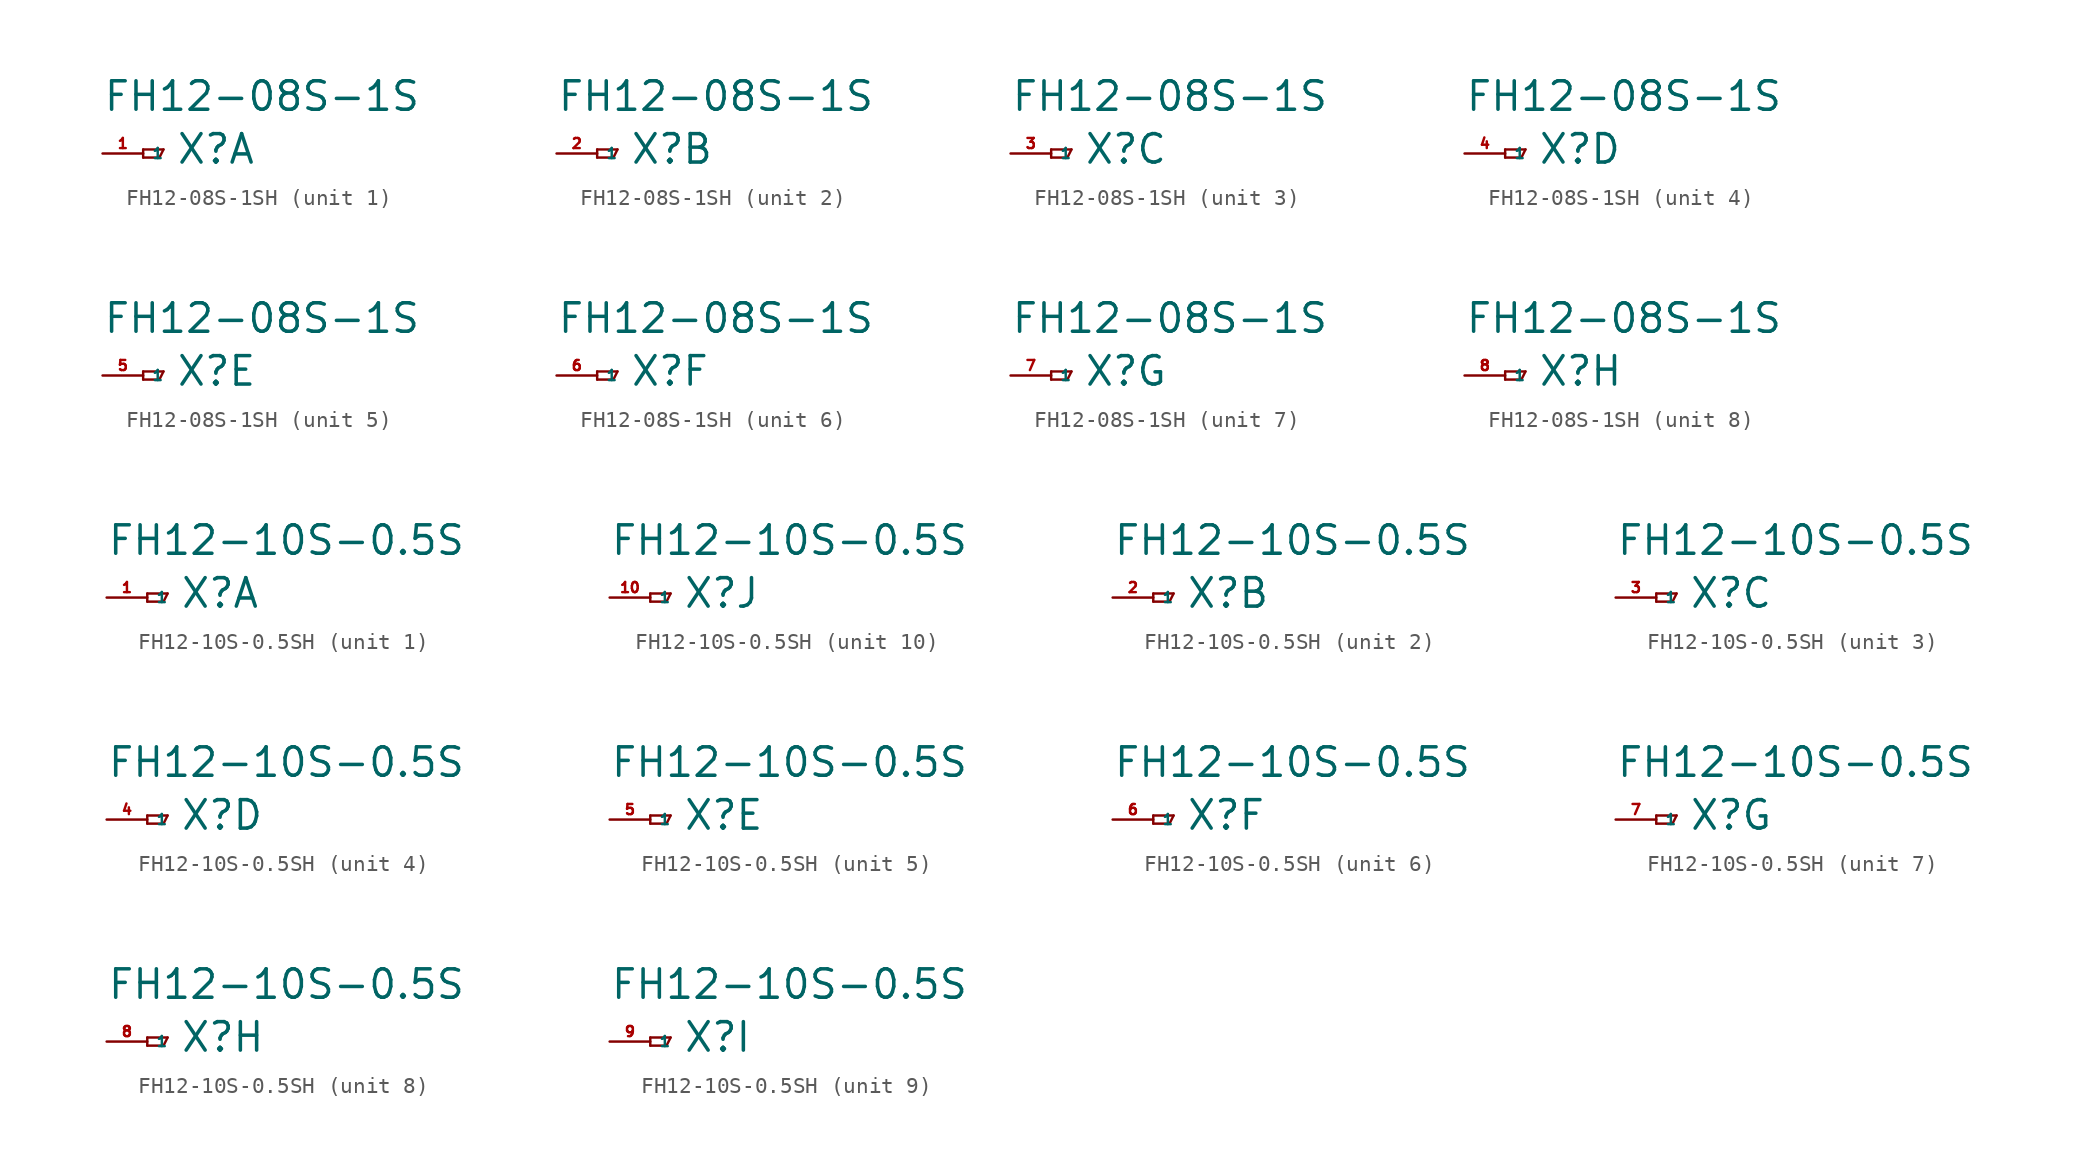
<source format=kicad_sym>
(kicad_symbol_lib
  (version 20220914)
  (generator Eagle2Kicad)
  (symbol "FH12-08S-1SH"
    (property "Reference" "X"
      (at 2.032 -0.762 0)
      (effects (font (size 1.778 1.778) (thickness 0.22)) (justify left bottom)))
    (property "Value" "FH12-08S-1S"
      (at -2.54 2.54 0)
      (effects (font (size 1.778 1.778) (thickness 0.22)) (justify left bottom)))
    (symbol "FH12-08S-1SH_1_0"
      (polyline (pts (xy 0 0.254) (xy 0 -0.254)) (stroke (width 0.152) (type default)) (fill (type none)))
      (polyline (pts (xy 0 -0.254) (xy 1.016 -0.254)) (stroke (width 0.152) (type default)) (fill (type none)))
      (polyline (pts (xy 1.016 -0.254) (xy 1.27 0.254)) (stroke (width 0.152) (type default)) (fill (type none)))
      (polyline (pts (xy 1.27 0.254) (xy 0 0.254)) (stroke (width 0.152) (type default)) (fill (type none)))
      (pin passive line (at -2.54 0 0) (length 2.54) (name "1" (effects (font (size 0.635 0.635) (thickness 0.08)) (justify left bottom))) (number "1" (effects (font (size 0.635 0.635) (thickness 0.08)) (justify left bottom)))))
    (symbol "FH12-08S-1SH_2_0"
      (polyline (pts (xy 0 0.254) (xy 0 -0.254)) (stroke (width 0.152) (type default)) (fill (type none)))
      (polyline (pts (xy 0 -0.254) (xy 1.016 -0.254)) (stroke (width 0.152) (type default)) (fill (type none)))
      (polyline (pts (xy 1.016 -0.254) (xy 1.27 0.254)) (stroke (width 0.152) (type default)) (fill (type none)))
      (polyline (pts (xy 1.27 0.254) (xy 0 0.254)) (stroke (width 0.152) (type default)) (fill (type none)))
      (pin passive line (at -2.54 0 0) (length 2.54) (name "1" (effects (font (size 0.635 0.635) (thickness 0.08)) (justify left bottom))) (number "2" (effects (font (size 0.635 0.635) (thickness 0.08)) (justify left bottom)))))
    (symbol "FH12-08S-1SH_3_0"
      (polyline (pts (xy 0 0.254) (xy 0 -0.254)) (stroke (width 0.152) (type default)) (fill (type none)))
      (polyline (pts (xy 0 -0.254) (xy 1.016 -0.254)) (stroke (width 0.152) (type default)) (fill (type none)))
      (polyline (pts (xy 1.016 -0.254) (xy 1.27 0.254)) (stroke (width 0.152) (type default)) (fill (type none)))
      (polyline (pts (xy 1.27 0.254) (xy 0 0.254)) (stroke (width 0.152) (type default)) (fill (type none)))
      (pin passive line (at -2.54 0 0) (length 2.54) (name "1" (effects (font (size 0.635 0.635) (thickness 0.08)) (justify left bottom))) (number "3" (effects (font (size 0.635 0.635) (thickness 0.08)) (justify left bottom)))))
    (symbol "FH12-08S-1SH_4_0"
      (polyline (pts (xy 0 0.254) (xy 0 -0.254)) (stroke (width 0.152) (type default)) (fill (type none)))
      (polyline (pts (xy 0 -0.254) (xy 1.016 -0.254)) (stroke (width 0.152) (type default)) (fill (type none)))
      (polyline (pts (xy 1.016 -0.254) (xy 1.27 0.254)) (stroke (width 0.152) (type default)) (fill (type none)))
      (polyline (pts (xy 1.27 0.254) (xy 0 0.254)) (stroke (width 0.152) (type default)) (fill (type none)))
      (pin passive line (at -2.54 0 0) (length 2.54) (name "1" (effects (font (size 0.635 0.635) (thickness 0.08)) (justify left bottom))) (number "4" (effects (font (size 0.635 0.635) (thickness 0.08)) (justify left bottom)))))
    (symbol "FH12-08S-1SH_5_0"
      (polyline (pts (xy 0 0.254) (xy 0 -0.254)) (stroke (width 0.152) (type default)) (fill (type none)))
      (polyline (pts (xy 0 -0.254) (xy 1.016 -0.254)) (stroke (width 0.152) (type default)) (fill (type none)))
      (polyline (pts (xy 1.016 -0.254) (xy 1.27 0.254)) (stroke (width 0.152) (type default)) (fill (type none)))
      (polyline (pts (xy 1.27 0.254) (xy 0 0.254)) (stroke (width 0.152) (type default)) (fill (type none)))
      (pin passive line (at -2.54 0 0) (length 2.54) (name "1" (effects (font (size 0.635 0.635) (thickness 0.08)) (justify left bottom))) (number "5" (effects (font (size 0.635 0.635) (thickness 0.08)) (justify left bottom)))))
    (symbol "FH12-08S-1SH_6_0"
      (polyline (pts (xy 0 0.254) (xy 0 -0.254)) (stroke (width 0.152) (type default)) (fill (type none)))
      (polyline (pts (xy 0 -0.254) (xy 1.016 -0.254)) (stroke (width 0.152) (type default)) (fill (type none)))
      (polyline (pts (xy 1.016 -0.254) (xy 1.27 0.254)) (stroke (width 0.152) (type default)) (fill (type none)))
      (polyline (pts (xy 1.27 0.254) (xy 0 0.254)) (stroke (width 0.152) (type default)) (fill (type none)))
      (pin passive line (at -2.54 0 0) (length 2.54) (name "1" (effects (font (size 0.635 0.635) (thickness 0.08)) (justify left bottom))) (number "6" (effects (font (size 0.635 0.635) (thickness 0.08)) (justify left bottom)))))
    (symbol "FH12-08S-1SH_7_0"
      (polyline (pts (xy 0 0.254) (xy 0 -0.254)) (stroke (width 0.152) (type default)) (fill (type none)))
      (polyline (pts (xy 0 -0.254) (xy 1.016 -0.254)) (stroke (width 0.152) (type default)) (fill (type none)))
      (polyline (pts (xy 1.016 -0.254) (xy 1.27 0.254)) (stroke (width 0.152) (type default)) (fill (type none)))
      (polyline (pts (xy 1.27 0.254) (xy 0 0.254)) (stroke (width 0.152) (type default)) (fill (type none)))
      (pin passive line (at -2.54 0 0) (length 2.54) (name "1" (effects (font (size 0.635 0.635) (thickness 0.08)) (justify left bottom))) (number "7" (effects (font (size 0.635 0.635) (thickness 0.08)) (justify left bottom)))))
    (symbol "FH12-08S-1SH_8_0"
      (polyline (pts (xy 0 0.254) (xy 0 -0.254)) (stroke (width 0.152) (type default)) (fill (type none)))
      (polyline (pts (xy 0 -0.254) (xy 1.016 -0.254)) (stroke (width 0.152) (type default)) (fill (type none)))
      (polyline (pts (xy 1.016 -0.254) (xy 1.27 0.254)) (stroke (width 0.152) (type default)) (fill (type none)))
      (polyline (pts (xy 1.27 0.254) (xy 0 0.254)) (stroke (width 0.152) (type default)) (fill (type none)))
      (pin passive line (at -2.54 0 0) (length 2.54) (name "1" (effects (font (size 0.635 0.635) (thickness 0.08)) (justify left bottom))) (number "8" (effects (font (size 0.635 0.635) (thickness 0.08)) (justify left bottom))))))
  (symbol "FH12-10S-0.5SH"
    (property "Reference" "X"
      (at 2.032 -0.762 0)
      (effects (font (size 1.778 1.778) (thickness 0.22)) (justify left bottom)))
    (property "Value" "FH12-10S-0.5S"
      (at -2.54 2.54 0)
      (effects (font (size 1.778 1.778) (thickness 0.22)) (justify left bottom)))
    (symbol "FH12-10S-0.5SH_1_0"
      (polyline (pts (xy 0 0.254) (xy 0 -0.254)) (stroke (width 0.152) (type default)) (fill (type none)))
      (polyline (pts (xy 0 -0.254) (xy 1.016 -0.254)) (stroke (width 0.152) (type default)) (fill (type none)))
      (polyline (pts (xy 1.016 -0.254) (xy 1.27 0.254)) (stroke (width 0.152) (type default)) (fill (type none)))
      (polyline (pts (xy 1.27 0.254) (xy 0 0.254)) (stroke (width 0.152) (type default)) (fill (type none)))
      (pin passive line (at -2.54 0 0) (length 2.54) (name "1" (effects (font (size 0.635 0.635) (thickness 0.08)) (justify left bottom))) (number "1" (effects (font (size 0.635 0.635) (thickness 0.08)) (justify left bottom)))))
    (symbol "FH12-10S-0.5SH_2_0"
      (polyline (pts (xy 0 0.254) (xy 0 -0.254)) (stroke (width 0.152) (type default)) (fill (type none)))
      (polyline (pts (xy 0 -0.254) (xy 1.016 -0.254)) (stroke (width 0.152) (type default)) (fill (type none)))
      (polyline (pts (xy 1.016 -0.254) (xy 1.27 0.254)) (stroke (width 0.152) (type default)) (fill (type none)))
      (polyline (pts (xy 1.27 0.254) (xy 0 0.254)) (stroke (width 0.152) (type default)) (fill (type none)))
      (pin passive line (at -2.54 0 0) (length 2.54) (name "1" (effects (font (size 0.635 0.635) (thickness 0.08)) (justify left bottom))) (number "2" (effects (font (size 0.635 0.635) (thickness 0.08)) (justify left bottom)))))
    (symbol "FH12-10S-0.5SH_3_0"
      (polyline (pts (xy 0 0.254) (xy 0 -0.254)) (stroke (width 0.152) (type default)) (fill (type none)))
      (polyline (pts (xy 0 -0.254) (xy 1.016 -0.254)) (stroke (width 0.152) (type default)) (fill (type none)))
      (polyline (pts (xy 1.016 -0.254) (xy 1.27 0.254)) (stroke (width 0.152) (type default)) (fill (type none)))
      (polyline (pts (xy 1.27 0.254) (xy 0 0.254)) (stroke (width 0.152) (type default)) (fill (type none)))
      (pin passive line (at -2.54 0 0) (length 2.54) (name "1" (effects (font (size 0.635 0.635) (thickness 0.08)) (justify left bottom))) (number "3" (effects (font (size 0.635 0.635) (thickness 0.08)) (justify left bottom)))))
    (symbol "FH12-10S-0.5SH_4_0"
      (polyline (pts (xy 0 0.254) (xy 0 -0.254)) (stroke (width 0.152) (type default)) (fill (type none)))
      (polyline (pts (xy 0 -0.254) (xy 1.016 -0.254)) (stroke (width 0.152) (type default)) (fill (type none)))
      (polyline (pts (xy 1.016 -0.254) (xy 1.27 0.254)) (stroke (width 0.152) (type default)) (fill (type none)))
      (polyline (pts (xy 1.27 0.254) (xy 0 0.254)) (stroke (width 0.152) (type default)) (fill (type none)))
      (pin passive line (at -2.54 0 0) (length 2.54) (name "1" (effects (font (size 0.635 0.635) (thickness 0.08)) (justify left bottom))) (number "4" (effects (font (size 0.635 0.635) (thickness 0.08)) (justify left bottom)))))
    (symbol "FH12-10S-0.5SH_5_0"
      (polyline (pts (xy 0 0.254) (xy 0 -0.254)) (stroke (width 0.152) (type default)) (fill (type none)))
      (polyline (pts (xy 0 -0.254) (xy 1.016 -0.254)) (stroke (width 0.152) (type default)) (fill (type none)))
      (polyline (pts (xy 1.016 -0.254) (xy 1.27 0.254)) (stroke (width 0.152) (type default)) (fill (type none)))
      (polyline (pts (xy 1.27 0.254) (xy 0 0.254)) (stroke (width 0.152) (type default)) (fill (type none)))
      (pin passive line (at -2.54 0 0) (length 2.54) (name "1" (effects (font (size 0.635 0.635) (thickness 0.08)) (justify left bottom))) (number "5" (effects (font (size 0.635 0.635) (thickness 0.08)) (justify left bottom)))))
    (symbol "FH12-10S-0.5SH_6_0"
      (polyline (pts (xy 0 0.254) (xy 0 -0.254)) (stroke (width 0.152) (type default)) (fill (type none)))
      (polyline (pts (xy 0 -0.254) (xy 1.016 -0.254)) (stroke (width 0.152) (type default)) (fill (type none)))
      (polyline (pts (xy 1.016 -0.254) (xy 1.27 0.254)) (stroke (width 0.152) (type default)) (fill (type none)))
      (polyline (pts (xy 1.27 0.254) (xy 0 0.254)) (stroke (width 0.152) (type default)) (fill (type none)))
      (pin passive line (at -2.54 0 0) (length 2.54) (name "1" (effects (font (size 0.635 0.635) (thickness 0.08)) (justify left bottom))) (number "6" (effects (font (size 0.635 0.635) (thickness 0.08)) (justify left bottom)))))
    (symbol "FH12-10S-0.5SH_7_0"
      (polyline (pts (xy 0 0.254) (xy 0 -0.254)) (stroke (width 0.152) (type default)) (fill (type none)))
      (polyline (pts (xy 0 -0.254) (xy 1.016 -0.254)) (stroke (width 0.152) (type default)) (fill (type none)))
      (polyline (pts (xy 1.016 -0.254) (xy 1.27 0.254)) (stroke (width 0.152) (type default)) (fill (type none)))
      (polyline (pts (xy 1.27 0.254) (xy 0 0.254)) (stroke (width 0.152) (type default)) (fill (type none)))
      (pin passive line (at -2.54 0 0) (length 2.54) (name "1" (effects (font (size 0.635 0.635) (thickness 0.08)) (justify left bottom))) (number "7" (effects (font (size 0.635 0.635) (thickness 0.08)) (justify left bottom)))))
    (symbol "FH12-10S-0.5SH_8_0"
      (polyline (pts (xy 0 0.254) (xy 0 -0.254)) (stroke (width 0.152) (type default)) (fill (type none)))
      (polyline (pts (xy 0 -0.254) (xy 1.016 -0.254)) (stroke (width 0.152) (type default)) (fill (type none)))
      (polyline (pts (xy 1.016 -0.254) (xy 1.27 0.254)) (stroke (width 0.152) (type default)) (fill (type none)))
      (polyline (pts (xy 1.27 0.254) (xy 0 0.254)) (stroke (width 0.152) (type default)) (fill (type none)))
      (pin passive line (at -2.54 0 0) (length 2.54) (name "1" (effects (font (size 0.635 0.635) (thickness 0.08)) (justify left bottom))) (number "8" (effects (font (size 0.635 0.635) (thickness 0.08)) (justify left bottom)))))
    (symbol "FH12-10S-0.5SH_9_0"
      (polyline (pts (xy 0 0.254) (xy 0 -0.254)) (stroke (width 0.152) (type default)) (fill (type none)))
      (polyline (pts (xy 0 -0.254) (xy 1.016 -0.254)) (stroke (width 0.152) (type default)) (fill (type none)))
      (polyline (pts (xy 1.016 -0.254) (xy 1.27 0.254)) (stroke (width 0.152) (type default)) (fill (type none)))
      (polyline (pts (xy 1.27 0.254) (xy 0 0.254)) (stroke (width 0.152) (type default)) (fill (type none)))
      (pin passive line (at -2.54 0 0) (length 2.54) (name "1" (effects (font (size 0.635 0.635) (thickness 0.08)) (justify left bottom))) (number "9" (effects (font (size 0.635 0.635) (thickness 0.08)) (justify left bottom)))))
    (symbol "FH12-10S-0.5SH_10_0"
      (polyline (pts (xy 0 0.254) (xy 0 -0.254)) (stroke (width 0.152) (type default)) (fill (type none)))
      (polyline (pts (xy 0 -0.254) (xy 1.016 -0.254)) (stroke (width 0.152) (type default)) (fill (type none)))
      (polyline (pts (xy 1.016 -0.254) (xy 1.27 0.254)) (stroke (width 0.152) (type default)) (fill (type none)))
      (polyline (pts (xy 1.27 0.254) (xy 0 0.254)) (stroke (width 0.152) (type default)) (fill (type none)))
      (pin passive line (at -2.54 0 0) (length 2.54) (name "1" (effects (font (size 0.635 0.635) (thickness 0.08)) (justify left bottom))) (number "10" (effects (font (size 0.635 0.635) (thickness 0.08)) (justify left bottom)))))))
</source>
